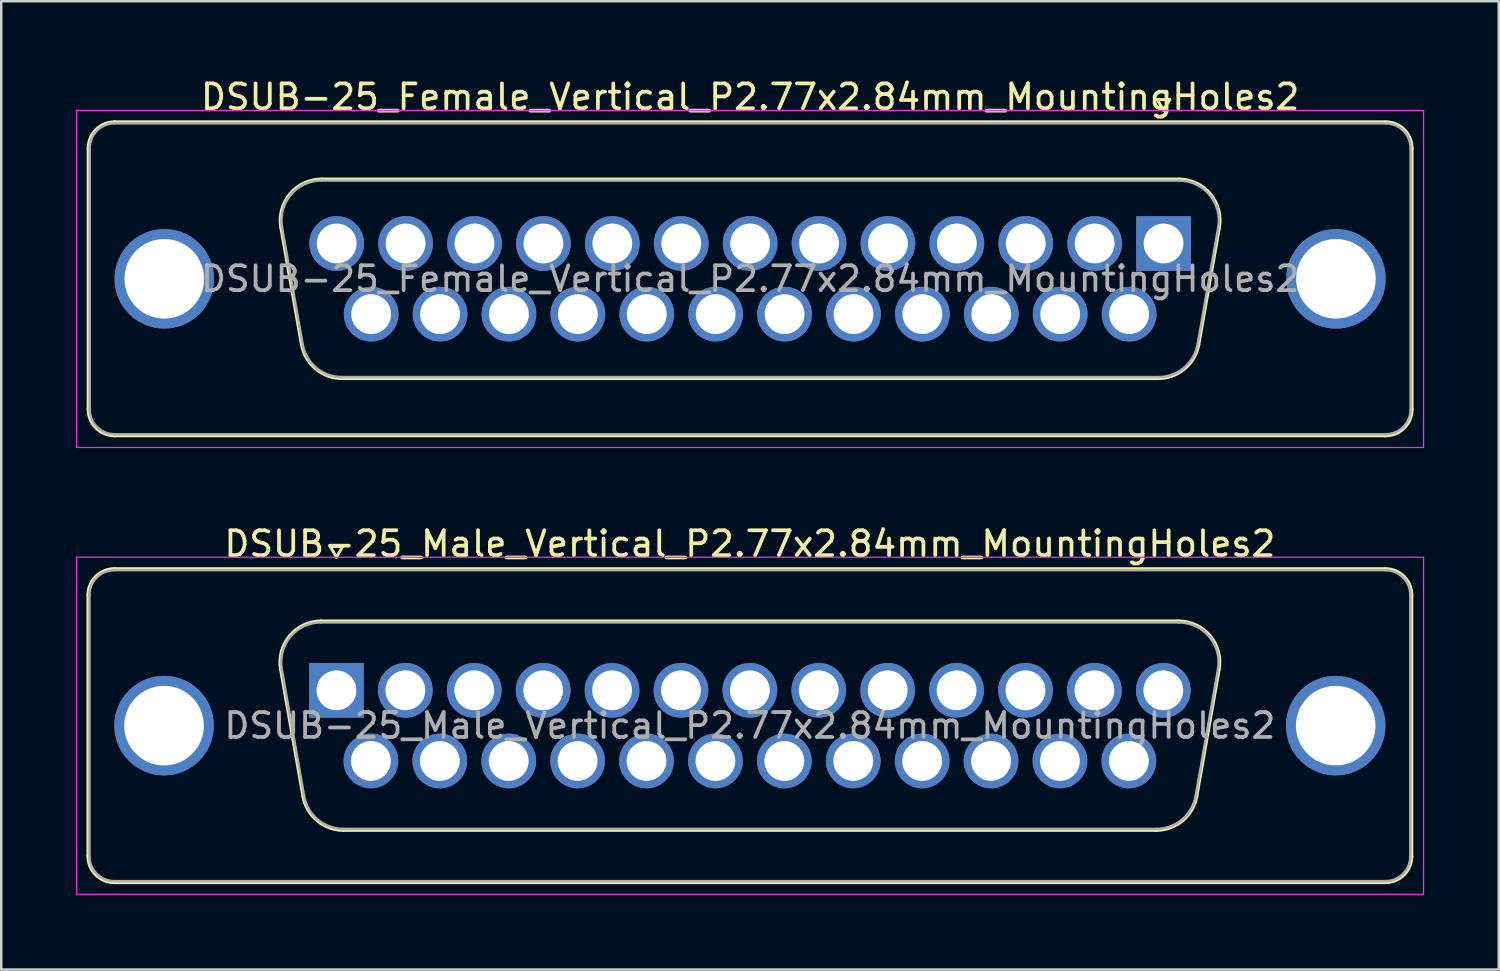
<source format=kicad_pcb>
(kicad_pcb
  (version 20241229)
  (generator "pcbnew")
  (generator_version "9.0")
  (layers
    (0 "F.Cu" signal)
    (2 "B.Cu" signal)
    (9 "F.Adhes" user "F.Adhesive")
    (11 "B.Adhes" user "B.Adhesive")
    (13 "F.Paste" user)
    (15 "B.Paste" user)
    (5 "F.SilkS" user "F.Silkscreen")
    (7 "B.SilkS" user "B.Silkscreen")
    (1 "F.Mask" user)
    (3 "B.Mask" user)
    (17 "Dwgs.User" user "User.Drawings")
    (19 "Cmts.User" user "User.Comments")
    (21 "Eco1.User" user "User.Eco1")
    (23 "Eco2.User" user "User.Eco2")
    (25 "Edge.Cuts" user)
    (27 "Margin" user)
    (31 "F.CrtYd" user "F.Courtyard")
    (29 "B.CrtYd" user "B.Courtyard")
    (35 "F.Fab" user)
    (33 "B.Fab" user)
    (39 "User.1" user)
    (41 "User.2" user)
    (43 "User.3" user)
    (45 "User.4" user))
  (footprint "DSUB-25_Male_Vertical_P2.77x2.84mm_MountingHoles2"
    (layer "F.Cu")
    (at 10.475 24.701)
    (property "Reference" "DSUB-25_Male_Vertical_P2.77x2.84mm_MountingHoles2" (at 16.62 -5.89 0) (layer "F.SilkS") (effects (font (size 1 1) (thickness 0.15))))
    (attr through_hole)
    (fp_line (start -9.99 6.67) (end -9.99 -3.83) (stroke (width 0.12) (type solid)) (layer "F.SilkS"))
    (fp_line (start -8.93 -4.89) (end 42.17 -4.89) (stroke (width 0.12) (type solid)) (layer "F.SilkS"))
    (fp_line (start -2.246 -0.842) (end -1.347 4.258) (stroke (width 0.12) (type solid)) (layer "F.SilkS"))
    (fp_line (start -0.612 -2.79) (end 33.852 -2.79) (stroke (width 0.12) (type solid)) (layer "F.SilkS"))
    (fp_line (start -0.25 -5.784) (end 0.25 -5.784) (stroke (width 0.12) (type solid)) (layer "F.SilkS"))
    (fp_line (start 0 -5.351) (end -0.25 -5.784) (stroke (width 0.12) (type solid)) (layer "F.SilkS"))
    (fp_line (start 0.25 -5.784) (end 0 -5.351) (stroke (width 0.12) (type solid)) (layer "F.SilkS"))
    (fp_line (start 0.288 5.63) (end 32.952 5.63) (stroke (width 0.12) (type solid)) (layer "F.SilkS"))
    (fp_line (start 35.486 -0.842) (end 34.587 4.258) (stroke (width 0.12) (type solid)) (layer "F.SilkS"))
    (fp_line (start 42.17 7.73) (end -8.93 7.73) (stroke (width 0.12) (type solid)) (layer "F.SilkS"))
    (fp_line (start 43.23 -3.83) (end 43.23 6.67) (stroke (width 0.12) (type solid)) (layer "F.SilkS"))
    (fp_arc (start -9.99 -3.83) (mid -9.679533 -4.579533) (end -8.93 -4.89) (stroke (width 0.12) (type solid)) (layer "F.SilkS"))
    (fp_arc (start -8.93 7.73) (mid -9.679533 7.419533) (end -9.99 6.67) (stroke (width 0.12) (type solid)) (layer "F.SilkS"))
    (fp_arc (start -2.24647 -0.841744) (mid -1.883323 -2.197028) (end -0.611689 -2.79) (stroke (width 0.12) (type solid)) (layer "F.SilkS"))
    (fp_arc (start 0.287579 5.63) (mid -0.779448 5.241634) (end -1.347202 4.258256) (stroke (width 0.12) (type solid)) (layer "F.SilkS"))
    (fp_arc (start 33.851689 -2.79) (mid 35.123323 -2.197027) (end 35.48647 -0.841744) (stroke (width 0.12) (type solid)) (layer "F.SilkS"))
    (fp_arc (start 34.587202 4.258256) (mid 34.019449 5.241634) (end 32.952421 5.63) (stroke (width 0.12) (type solid)) (layer "F.SilkS"))
    (fp_arc (start 42.17 -4.89) (mid 42.919533 -4.579533) (end 43.23 -3.83) (stroke (width 0.12) (type solid)) (layer "F.SilkS"))
    (fp_arc (start 43.23 6.67) (mid 42.919533 7.419533) (end 42.17 7.73) (stroke (width 0.12) (type solid)) (layer "F.SilkS"))
    (fp_line (start -10.45 -5.35) (end -10.45 8.2) (stroke (width 0.05) (type solid)) (layer "F.CrtYd"))
    (fp_line (start -10.45 8.2) (end 43.7 8.2) (stroke (width 0.05) (type solid)) (layer "F.CrtYd"))
    (fp_line (start 43.7 -5.35) (end -10.45 -5.35) (stroke (width 0.05) (type solid)) (layer "F.CrtYd"))
    (fp_line (start 43.7 8.2) (end 43.7 -5.35) (stroke (width 0.05) (type solid)) (layer "F.CrtYd"))
    (fp_line (start -9.93 6.67) (end -9.93 -3.83) (stroke (width 0.1) (type solid)) (layer "F.Fab"))
    (fp_line (start -8.93 -4.83) (end 42.17 -4.83) (stroke (width 0.1) (type solid)) (layer "F.Fab"))
    (fp_line (start -2.199 -0.852) (end -1.3 4.248) (stroke (width 0.1) (type solid)) (layer "F.Fab"))
    (fp_line (start -0.623 -2.73) (end 33.863 -2.73) (stroke (width 0.1) (type solid)) (layer "F.Fab"))
    (fp_line (start 0.276 5.57) (end 32.964 5.57) (stroke (width 0.1) (type solid)) (layer "F.Fab"))
    (fp_line (start 35.439 -0.852) (end 34.54 4.248) (stroke (width 0.1) (type solid)) (layer "F.Fab"))
    (fp_line (start 42.17 7.67) (end -8.93 7.67) (stroke (width 0.1) (type solid)) (layer "F.Fab"))
    (fp_line (start 43.17 -3.83) (end 43.17 6.67) (stroke (width 0.1) (type solid)) (layer "F.Fab"))
    (fp_arc (start -9.93 -3.83) (mid -9.637107 -4.537107) (end -8.93 -4.83) (stroke (width 0.1) (type solid)) (layer "F.Fab"))
    (fp_arc (start -8.93 7.67) (mid -9.637107 7.377107) (end -9.93 6.67) (stroke (width 0.1) (type solid)) (layer "F.Fab"))
    (fp_arc (start -2.198886 -0.852163) (mid -1.848865 -2.15846) (end -0.623194 -2.73) (stroke (width 0.1) (type solid)) (layer "F.Fab"))
    (fp_arc (start 0.276073 5.57) (mid -0.752387 5.195671) (end -1.299619 4.247837) (stroke (width 0.1) (type solid)) (layer "F.Fab"))
    (fp_arc (start 33.863194 -2.73) (mid 35.088865 -2.15846) (end 35.438886 -0.852163) (stroke (width 0.1) (type solid)) (layer "F.Fab"))
    (fp_arc (start 34.539619 4.247837) (mid 33.992387 5.195671) (end 32.963927 5.57) (stroke (width 0.1) (type solid)) (layer "F.Fab"))
    (fp_arc (start 42.17 -4.83) (mid 42.877107 -4.537107) (end 43.17 -3.83) (stroke (width 0.1) (type solid)) (layer "F.Fab"))
    (fp_arc (start 43.17 6.67) (mid 42.877107 7.377107) (end 42.17 7.67) (stroke (width 0.1) (type solid)) (layer "F.Fab"))
    (fp_text user "${REFERENCE}" (at 16.62 1.42 0) (layer "F.Fab") (effects (font (size 1 1) (thickness 0.15))))
    (pad "0" thru_hole circle (at -6.93 1.42) (size 4 4) (drill 3.2) (layers "*.Cu" "*.Mask"))
    (pad "0" thru_hole circle (at 40.17 1.42) (size 4 4) (drill 3.2) (layers "*.Cu" "*.Mask"))
    (pad "1" thru_hole rect (at 0 0) (size 2.2 2.2) (drill 1.6) (layers "*.Cu" "*.Mask"))
    (pad "2" thru_hole circle (at 2.77 0) (size 2.2 2.2) (drill 1.6) (layers "*.Cu" "*.Mask"))
    (pad "3" thru_hole circle (at 5.54 0) (size 2.2 2.2) (drill 1.6) (layers "*.Cu" "*.Mask"))
    (pad "4" thru_hole circle (at 8.31 0) (size 2.2 2.2) (drill 1.6) (layers "*.Cu" "*.Mask"))
    (pad "5" thru_hole circle (at 11.08 0) (size 2.2 2.2) (drill 1.6) (layers "*.Cu" "*.Mask"))
    (pad "6" thru_hole circle (at 13.85 0) (size 2.2 2.2) (drill 1.6) (layers "*.Cu" "*.Mask"))
    (pad "7" thru_hole circle (at 16.62 0) (size 2.2 2.2) (drill 1.6) (layers "*.Cu" "*.Mask"))
    (pad "8" thru_hole circle (at 19.39 0) (size 2.2 2.2) (drill 1.6) (layers "*.Cu" "*.Mask"))
    (pad "9" thru_hole circle (at 22.16 0) (size 2.2 2.2) (drill 1.6) (layers "*.Cu" "*.Mask"))
    (pad "10" thru_hole circle (at 24.93 0) (size 2.2 2.2) (drill 1.6) (layers "*.Cu" "*.Mask"))
    (pad "11" thru_hole circle (at 27.7 0) (size 2.2 2.2) (drill 1.6) (layers "*.Cu" "*.Mask"))
    (pad "12" thru_hole circle (at 30.47 0) (size 2.2 2.2) (drill 1.6) (layers "*.Cu" "*.Mask"))
    (pad "13" thru_hole circle (at 33.24 0) (size 2.2 2.2) (drill 1.6) (layers "*.Cu" "*.Mask"))
    (pad "14" thru_hole circle (at 1.385 2.84) (size 2.2 2.2) (drill 1.6) (layers "*.Cu" "*.Mask"))
    (pad "15" thru_hole circle (at 4.155 2.84) (size 2.2 2.2) (drill 1.6) (layers "*.Cu" "*.Mask"))
    (pad "16" thru_hole circle (at 6.925 2.84) (size 2.2 2.2) (drill 1.6) (layers "*.Cu" "*.Mask"))
    (pad "17" thru_hole circle (at 9.695 2.84) (size 2.2 2.2) (drill 1.6) (layers "*.Cu" "*.Mask"))
    (pad "18" thru_hole circle (at 12.465 2.84) (size 2.2 2.2) (drill 1.6) (layers "*.Cu" "*.Mask"))
    (pad "19" thru_hole circle (at 15.235 2.84) (size 2.2 2.2) (drill 1.6) (layers "*.Cu" "*.Mask"))
    (pad "20" thru_hole circle (at 18.005 2.84) (size 2.2 2.2) (drill 1.6) (layers "*.Cu" "*.Mask"))
    (pad "21" thru_hole circle (at 20.775 2.84) (size 2.2 2.2) (drill 1.6) (layers "*.Cu" "*.Mask"))
    (pad "22" thru_hole circle (at 23.545 2.84) (size 2.2 2.2) (drill 1.6) (layers "*.Cu" "*.Mask"))
    (pad "23" thru_hole circle (at 26.315 2.84) (size 2.2 2.2) (drill 1.6) (layers "*.Cu" "*.Mask"))
    (pad "24" thru_hole circle (at 29.085 2.84) (size 2.2 2.2) (drill 1.6) (layers "*.Cu" "*.Mask"))
    (pad "25" thru_hole circle (at 31.855 2.84) (size 2.2 2.2) (drill 1.6) (layers "*.Cu" "*.Mask")))
  (footprint "DSUB-25_Female_Vertical_P2.77x2.84mm_MountingHoles2"
    (layer "F.Cu")
    (at 43.725 6.738)
    (property "Reference" "DSUB-25_Female_Vertical_P2.77x2.84mm_MountingHoles2" (at -16.62 -5.89 0) (layer "F.SilkS") (effects (font (size 1 1) (thickness 0.15))))
    (attr through_hole)
    (fp_line (start -43.23 6.67) (end -43.23 -3.83) (stroke (width 0.12) (type solid)) (layer "F.SilkS"))
    (fp_line (start -42.17 -4.89) (end 8.93 -4.89) (stroke (width 0.12) (type solid)) (layer "F.SilkS"))
    (fp_line (start -35.486 -0.642) (end -34.658 4.058) (stroke (width 0.12) (type solid)) (layer "F.SilkS"))
    (fp_line (start -33.852 -2.59) (end 0.612 -2.59) (stroke (width 0.12) (type solid)) (layer "F.SilkS"))
    (fp_line (start -33.023 5.43) (end -0.217 5.43) (stroke (width 0.12) (type solid)) (layer "F.SilkS"))
    (fp_line (start -0.25 -5.784) (end 0.25 -5.784) (stroke (width 0.12) (type solid)) (layer "F.SilkS"))
    (fp_line (start 0 -5.351) (end -0.25 -5.784) (stroke (width 0.12) (type solid)) (layer "F.SilkS"))
    (fp_line (start 0.25 -5.784) (end 0 -5.351) (stroke (width 0.12) (type solid)) (layer "F.SilkS"))
    (fp_line (start 2.246 -0.642) (end 1.418 4.058) (stroke (width 0.12) (type solid)) (layer "F.SilkS"))
    (fp_line (start 8.93 7.73) (end -42.17 7.73) (stroke (width 0.12) (type solid)) (layer "F.SilkS"))
    (fp_line (start 9.99 -3.83) (end 9.99 6.67) (stroke (width 0.12) (type solid)) (layer "F.SilkS"))
    (fp_arc (start -43.23 -3.83) (mid -42.919533 -4.579533) (end -42.17 -4.89) (stroke (width 0.12) (type solid)) (layer "F.SilkS"))
    (fp_arc (start -42.17 7.73) (mid -42.919533 7.419533) (end -43.23 6.67) (stroke (width 0.12) (type solid)) (layer "F.SilkS"))
    (fp_arc (start -35.48647 -0.641744) (mid -35.123323 -1.997028) (end -33.851689 -2.59) (stroke (width 0.12) (type solid)) (layer "F.SilkS"))
    (fp_arc (start -33.022952 5.43) (mid -34.089979 5.041634) (end -34.657733 4.058256) (stroke (width 0.12) (type solid)) (layer "F.SilkS"))
    (fp_arc (start 0.611689 -2.59) (mid 1.883323 -1.997027) (end 2.24647 -0.641744) (stroke (width 0.12) (type solid)) (layer "F.SilkS"))
    (fp_arc (start 1.417733 4.058256) (mid 0.84998 5.041634) (end -0.217048 5.43) (stroke (width 0.12) (type solid)) (layer "F.SilkS"))
    (fp_arc (start 8.93 -4.89) (mid 9.679533 -4.579533) (end 9.99 -3.83) (stroke (width 0.12) (type solid)) (layer "F.SilkS"))
    (fp_arc (start 9.99 6.67) (mid 9.679533 7.419533) (end 8.93 7.73) (stroke (width 0.12) (type solid)) (layer "F.SilkS"))
    (fp_line (start -43.7 -5.35) (end -43.7 8.2) (stroke (width 0.05) (type solid)) (layer "F.CrtYd"))
    (fp_line (start -43.7 8.2) (end 10.45 8.2) (stroke (width 0.05) (type solid)) (layer "F.CrtYd"))
    (fp_line (start 10.45 -5.35) (end -43.7 -5.35) (stroke (width 0.05) (type solid)) (layer "F.CrtYd"))
    (fp_line (start 10.45 8.2) (end 10.45 -5.35) (stroke (width 0.05) (type solid)) (layer "F.CrtYd"))
    (fp_line (start -43.17 6.67) (end -43.17 -3.83) (stroke (width 0.1) (type solid)) (layer "F.Fab"))
    (fp_line (start -42.17 -4.83) (end 8.93 -4.83) (stroke (width 0.1) (type solid)) (layer "F.Fab"))
    (fp_line (start -35.439 -0.652) (end -34.61 4.048) (stroke (width 0.1) (type solid)) (layer "F.Fab"))
    (fp_line (start -33.863 -2.53) (end 0.623 -2.53) (stroke (width 0.1) (type solid)) (layer "F.Fab"))
    (fp_line (start -33.034 5.37) (end -0.206 5.37) (stroke (width 0.1) (type solid)) (layer "F.Fab"))
    (fp_line (start 2.199 -0.652) (end 1.37 4.048) (stroke (width 0.1) (type solid)) (layer "F.Fab"))
    (fp_line (start 8.93 7.67) (end -42.17 7.67) (stroke (width 0.1) (type solid)) (layer "F.Fab"))
    (fp_line (start 9.93 -3.83) (end 9.93 6.67) (stroke (width 0.1) (type solid)) (layer "F.Fab"))
    (fp_arc (start -43.17 -3.83) (mid -42.877107 -4.537107) (end -42.17 -4.83) (stroke (width 0.1) (type solid)) (layer "F.Fab"))
    (fp_arc (start -42.17 7.67) (mid -42.877107 7.377107) (end -43.17 6.67) (stroke (width 0.1) (type solid)) (layer "F.Fab"))
    (fp_arc (start -35.438886 -0.652163) (mid -35.088865 -1.95846) (end -33.863194 -2.53) (stroke (width 0.1) (type solid)) (layer "F.Fab"))
    (fp_arc (start -33.034457 5.37) (mid -34.062917 4.995671) (end -34.610149 4.047837) (stroke (width 0.1) (type solid)) (layer "F.Fab"))
    (fp_arc (start 0.623194 -2.53) (mid 1.848865 -1.95846) (end 2.198886 -0.652163) (stroke (width 0.1) (type solid)) (layer "F.Fab"))
    (fp_arc (start 1.370149 4.047837) (mid 0.822917 4.995671) (end -0.205543 5.37) (stroke (width 0.1) (type solid)) (layer "F.Fab"))
    (fp_arc (start 8.93 -4.83) (mid 9.637107 -4.537107) (end 9.93 -3.83) (stroke (width 0.1) (type solid)) (layer "F.Fab"))
    (fp_arc (start 9.93 6.67) (mid 9.637107 7.377107) (end 8.93 7.67) (stroke (width 0.1) (type solid)) (layer "F.Fab"))
    (fp_text user "${REFERENCE}" (at -16.62 1.42 0) (layer "F.Fab") (effects (font (size 1 1) (thickness 0.15))))
    (pad "0" thru_hole circle (at -40.17 1.42) (size 4 4) (drill 3.2) (layers "*.Cu" "*.Mask"))
    (pad "0" thru_hole circle (at 6.93 1.42) (size 4 4) (drill 3.2) (layers "*.Cu" "*.Mask"))
    (pad "1" thru_hole rect (at 0 0) (size 2.2 2.2) (drill 1.6) (layers "*.Cu" "*.Mask"))
    (pad "2" thru_hole circle (at -2.77 0) (size 2.2 2.2) (drill 1.6) (layers "*.Cu" "*.Mask"))
    (pad "3" thru_hole circle (at -5.54 0) (size 2.2 2.2) (drill 1.6) (layers "*.Cu" "*.Mask"))
    (pad "4" thru_hole circle (at -8.31 0) (size 2.2 2.2) (drill 1.6) (layers "*.Cu" "*.Mask"))
    (pad "5" thru_hole circle (at -11.08 0) (size 2.2 2.2) (drill 1.6) (layers "*.Cu" "*.Mask"))
    (pad "6" thru_hole circle (at -13.85 0) (size 2.2 2.2) (drill 1.6) (layers "*.Cu" "*.Mask"))
    (pad "7" thru_hole circle (at -16.62 0) (size 2.2 2.2) (drill 1.6) (layers "*.Cu" "*.Mask"))
    (pad "8" thru_hole circle (at -19.39 0) (size 2.2 2.2) (drill 1.6) (layers "*.Cu" "*.Mask"))
    (pad "9" thru_hole circle (at -22.16 0) (size 2.2 2.2) (drill 1.6) (layers "*.Cu" "*.Mask"))
    (pad "10" thru_hole circle (at -24.93 0) (size 2.2 2.2) (drill 1.6) (layers "*.Cu" "*.Mask"))
    (pad "11" thru_hole circle (at -27.7 0) (size 2.2 2.2) (drill 1.6) (layers "*.Cu" "*.Mask"))
    (pad "12" thru_hole circle (at -30.47 0) (size 2.2 2.2) (drill 1.6) (layers "*.Cu" "*.Mask"))
    (pad "13" thru_hole circle (at -33.24 0) (size 2.2 2.2) (drill 1.6) (layers "*.Cu" "*.Mask"))
    (pad "14" thru_hole circle (at -1.385 2.84) (size 2.2 2.2) (drill 1.6) (layers "*.Cu" "*.Mask"))
    (pad "15" thru_hole circle (at -4.155 2.84) (size 2.2 2.2) (drill 1.6) (layers "*.Cu" "*.Mask"))
    (pad "16" thru_hole circle (at -6.925 2.84) (size 2.2 2.2) (drill 1.6) (layers "*.Cu" "*.Mask"))
    (pad "17" thru_hole circle (at -9.695 2.84) (size 2.2 2.2) (drill 1.6) (layers "*.Cu" "*.Mask"))
    (pad "18" thru_hole circle (at -12.465 2.84) (size 2.2 2.2) (drill 1.6) (layers "*.Cu" "*.Mask"))
    (pad "19" thru_hole circle (at -15.235 2.84) (size 2.2 2.2) (drill 1.6) (layers "*.Cu" "*.Mask"))
    (pad "20" thru_hole circle (at -18.005 2.84) (size 2.2 2.2) (drill 1.6) (layers "*.Cu" "*.Mask"))
    (pad "21" thru_hole circle (at -20.775 2.84) (size 2.2 2.2) (drill 1.6) (layers "*.Cu" "*.Mask"))
    (pad "22" thru_hole circle (at -23.545 2.84) (size 2.2 2.2) (drill 1.6) (layers "*.Cu" "*.Mask"))
    (pad "23" thru_hole circle (at -26.315 2.84) (size 2.2 2.2) (drill 1.6) (layers "*.Cu" "*.Mask"))
    (pad "24" thru_hole circle (at -29.085 2.84) (size 2.2 2.2) (drill 1.6) (layers "*.Cu" "*.Mask"))
    (pad "25" thru_hole circle (at -31.855 2.84) (size 2.2 2.2) (drill 1.6) (layers "*.Cu" "*.Mask")))
  (gr_rect
    (start -3 -3)
    (end 57.2 35.926)
    (stroke (width 0.1) (type default))
    (fill no)
    (layer "Edge.Cuts")))
</source>
